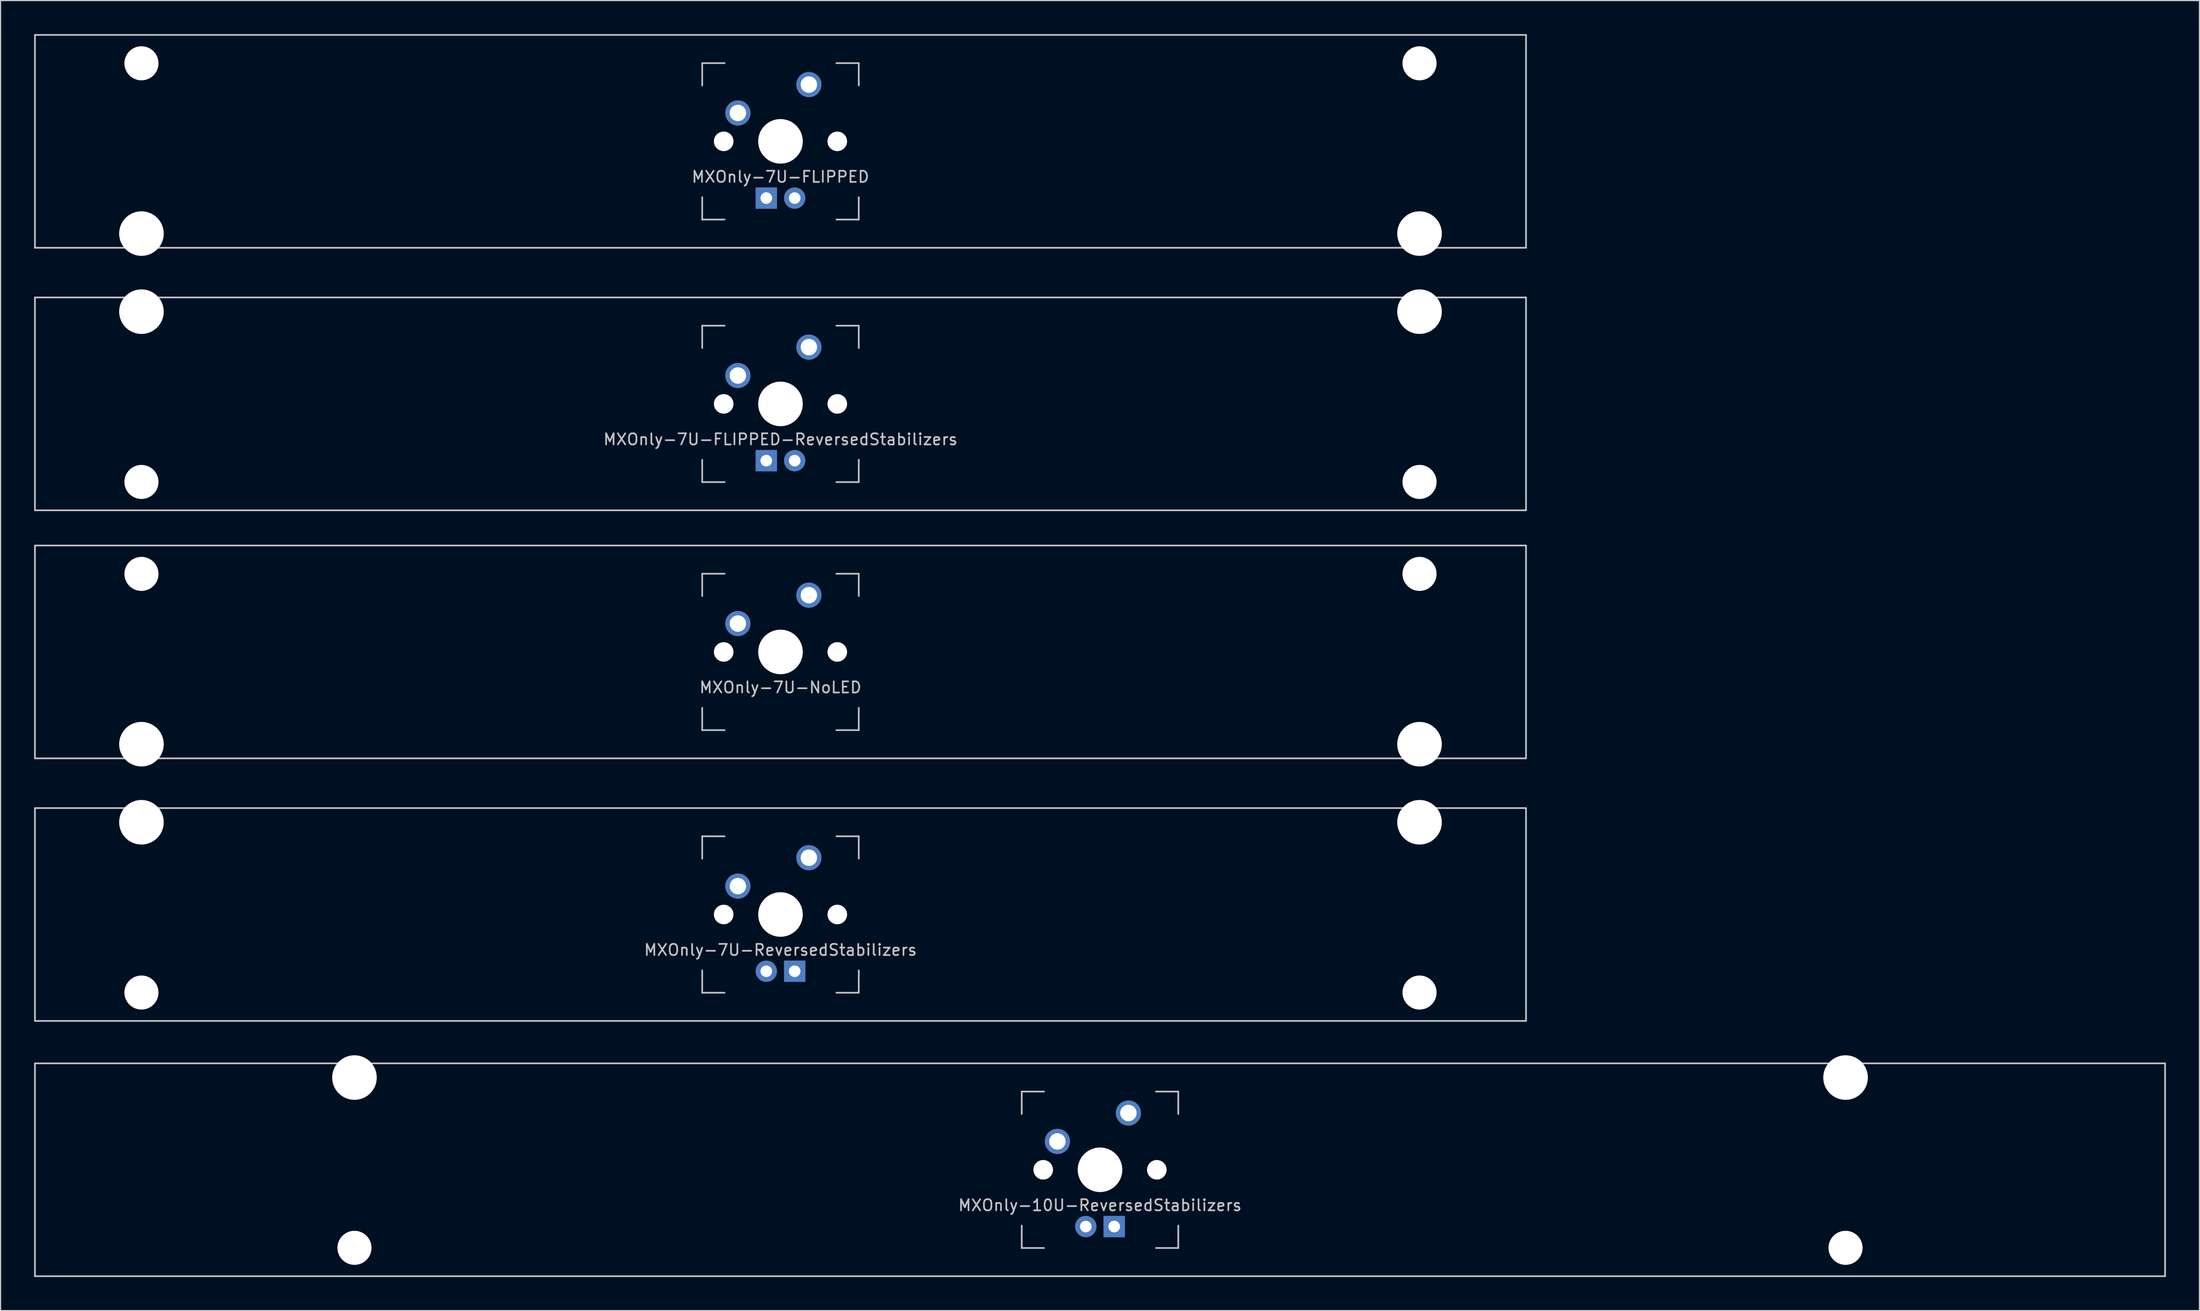
<source format=kicad_pcb>
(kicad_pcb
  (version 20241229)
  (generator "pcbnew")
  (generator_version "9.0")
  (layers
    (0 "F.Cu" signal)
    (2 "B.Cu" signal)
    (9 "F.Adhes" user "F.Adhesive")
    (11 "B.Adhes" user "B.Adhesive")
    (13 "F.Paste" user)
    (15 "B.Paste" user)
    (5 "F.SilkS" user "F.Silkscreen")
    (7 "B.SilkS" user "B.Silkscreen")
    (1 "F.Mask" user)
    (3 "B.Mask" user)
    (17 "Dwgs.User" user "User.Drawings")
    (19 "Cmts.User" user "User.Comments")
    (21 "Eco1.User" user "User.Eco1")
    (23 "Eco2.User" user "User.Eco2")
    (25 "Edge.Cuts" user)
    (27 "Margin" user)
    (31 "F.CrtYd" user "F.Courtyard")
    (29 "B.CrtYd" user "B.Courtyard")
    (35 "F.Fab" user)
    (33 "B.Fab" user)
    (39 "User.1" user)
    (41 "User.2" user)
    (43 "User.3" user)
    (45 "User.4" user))
  (footprint "MXOnly-7U-NoLED"
    (layer "F.Cu")
    (at 66.75 55.298)
    (property "Reference" "MXOnly-7U-NoLED" (at 0 3.175 0) (layer "Dwgs.User") (effects (font (size 1 1) (thickness 0.15))))
    (attr through_hole)
    (fp_line (start -66.675 -9.525) (end 66.675 -9.525) (stroke (width 0.15) (type solid)) (layer "Dwgs.User"))
    (fp_line (start -66.675 9.525) (end -66.675 -9.525) (stroke (width 0.15) (type solid)) (layer "Dwgs.User"))
    (fp_line (start -66.675 9.525) (end 66.675 9.525) (stroke (width 0.15) (type solid)) (layer "Dwgs.User"))
    (fp_line (start -7 -7) (end -7 -5) (stroke (width 0.15) (type solid)) (layer "Dwgs.User"))
    (fp_line (start -7 5) (end -7 7) (stroke (width 0.15) (type solid)) (layer "Dwgs.User"))
    (fp_line (start -7 7) (end -5 7) (stroke (width 0.15) (type solid)) (layer "Dwgs.User"))
    (fp_line (start -5 -7) (end -7 -7) (stroke (width 0.15) (type solid)) (layer "Dwgs.User"))
    (fp_line (start 5 -7) (end 7 -7) (stroke (width 0.15) (type solid)) (layer "Dwgs.User"))
    (fp_line (start 5 7) (end 7 7) (stroke (width 0.15) (type solid)) (layer "Dwgs.User"))
    (fp_line (start 7 -7) (end 7 -5) (stroke (width 0.15) (type solid)) (layer "Dwgs.User"))
    (fp_line (start 7 7) (end 7 5) (stroke (width 0.15) (type solid)) (layer "Dwgs.User"))
    (fp_line (start 66.675 -9.525) (end 66.675 9.525) (stroke (width 0.15) (type solid)) (layer "Dwgs.User"))
    (pad "" np_thru_hole circle (at -57.15 -6.985) (size 3.048 3.048) (drill 3.048) (layers "*.Cu" "*.Mask"))
    (pad "" np_thru_hole circle (at -57.15 8.255) (size 3.988 3.988) (drill 3.988) (layers "*.Cu" "*.Mask"))
    (pad "" np_thru_hole circle (at -5.08 0 48.1) (size 1.75 1.75) (drill 1.75) (layers "*.Cu" "*.Mask"))
    (pad "" np_thru_hole circle (at 0 0) (size 3.988 3.988) (drill 3.988) (layers "*.Cu" "*.Mask"))
    (pad "" np_thru_hole circle (at 5.08 0 48.1) (size 1.75 1.75) (drill 1.75) (layers "*.Cu" "*.Mask"))
    (pad "" np_thru_hole circle (at 57.15 -6.985) (size 3.048 3.048) (drill 3.048) (layers "*.Cu" "*.Mask"))
    (pad "" np_thru_hole circle (at 57.15 8.255) (size 3.988 3.988) (drill 3.988) (layers "*.Cu" "*.Mask"))
    (pad "1" thru_hole circle (at -3.81 -2.54) (size 2.25 2.25) (drill 1.47) (layers "*.Cu" "*.Mask"))
    (pad "2" thru_hole circle (at 2.54 -5.08) (size 2.25 2.25) (drill 1.47) (layers "*.Cu" "*.Mask")))
  (footprint "MXOnly-7U-FLIPPED"
    (layer "F.Cu")
    (at 66.75 9.6)
    (property "Reference" "MXOnly-7U-FLIPPED" (at 0 3.175 0) (layer "Dwgs.User") (effects (font (size 1 1) (thickness 0.15))))
    (attr through_hole)
    (fp_line (start -66.675 -9.525) (end 66.675 -9.525) (stroke (width 0.15) (type solid)) (layer "Dwgs.User"))
    (fp_line (start -66.675 9.525) (end -66.675 -9.525) (stroke (width 0.15) (type solid)) (layer "Dwgs.User"))
    (fp_line (start -66.675 9.525) (end 66.675 9.525) (stroke (width 0.15) (type solid)) (layer "Dwgs.User"))
    (fp_line (start -7 -7) (end -7 -5) (stroke (width 0.15) (type solid)) (layer "Dwgs.User"))
    (fp_line (start -7 5) (end -7 7) (stroke (width 0.15) (type solid)) (layer "Dwgs.User"))
    (fp_line (start -7 7) (end -5 7) (stroke (width 0.15) (type solid)) (layer "Dwgs.User"))
    (fp_line (start -5 -7) (end -7 -7) (stroke (width 0.15) (type solid)) (layer "Dwgs.User"))
    (fp_line (start 5 -7) (end 7 -7) (stroke (width 0.15) (type solid)) (layer "Dwgs.User"))
    (fp_line (start 5 7) (end 7 7) (stroke (width 0.15) (type solid)) (layer "Dwgs.User"))
    (fp_line (start 7 -7) (end 7 -5) (stroke (width 0.15) (type solid)) (layer "Dwgs.User"))
    (fp_line (start 7 7) (end 7 5) (stroke (width 0.15) (type solid)) (layer "Dwgs.User"))
    (fp_line (start 66.675 -9.525) (end 66.675 9.525) (stroke (width 0.15) (type solid)) (layer "Dwgs.User"))
    (pad "" np_thru_hole circle (at -57.15 -6.985) (size 3.048 3.048) (drill 3.048) (layers "*.Cu" "*.Mask"))
    (pad "" np_thru_hole circle (at -57.15 8.255) (size 3.988 3.988) (drill 3.988) (layers "*.Cu" "*.Mask"))
    (pad "" np_thru_hole circle (at -5.08 0 48.1) (size 1.75 1.75) (drill 1.75) (layers "*.Cu" "*.Mask"))
    (pad "" np_thru_hole circle (at 0 0) (size 3.988 3.988) (drill 3.988) (layers "*.Cu" "*.Mask"))
    (pad "" np_thru_hole circle (at 5.08 0 48.1) (size 1.75 1.75) (drill 1.75) (layers "*.Cu" "*.Mask"))
    (pad "" np_thru_hole circle (at 57.15 -6.985) (size 3.048 3.048) (drill 3.048) (layers "*.Cu" "*.Mask"))
    (pad "" np_thru_hole circle (at 57.15 8.255) (size 3.988 3.988) (drill 3.988) (layers "*.Cu" "*.Mask"))
    (pad "1" thru_hole circle (at -3.81 -2.54) (size 2.25 2.25) (drill 1.47) (layers "*.Cu" "*.Mask"))
    (pad "2" thru_hole circle (at 2.54 -5.08) (size 2.25 2.25) (drill 1.47) (layers "*.Cu" "*.Mask"))
    (pad "3" thru_hole circle (at 1.27 5.08) (size 1.905 1.905) (drill 1.04) (layers "*.Cu" "*.Mask"))
    (pad "4" thru_hole rect (at -1.27 5.08) (size 1.905 1.905) (drill 1.04) (layers "*.Cu" "*.Mask")))
  (footprint "MXOnly-10U-ReversedStabilizers"
    (layer "F.Cu")
    (at 95.325 101.644)
    (property "Reference" "MXOnly-10U-ReversedStabilizers" (at 0 3.175 0) (layer "Dwgs.User") (effects (font (size 1 1) (thickness 0.15))))
    (attr through_hole)
    (fp_line (start -95.25 -9.525) (end 95.25 -9.525) (stroke (width 0.15) (type solid)) (layer "Dwgs.User"))
    (fp_line (start -95.25 9.525) (end -95.25 -9.525) (stroke (width 0.15) (type solid)) (layer "Dwgs.User"))
    (fp_line (start -95.25 9.525) (end 95.25 9.525) (stroke (width 0.15) (type solid)) (layer "Dwgs.User"))
    (fp_line (start -7 -7) (end -7 -5) (stroke (width 0.15) (type solid)) (layer "Dwgs.User"))
    (fp_line (start -7 5) (end -7 7) (stroke (width 0.15) (type solid)) (layer "Dwgs.User"))
    (fp_line (start -7 7) (end -5 7) (stroke (width 0.15) (type solid)) (layer "Dwgs.User"))
    (fp_line (start -5 -7) (end -7 -7) (stroke (width 0.15) (type solid)) (layer "Dwgs.User"))
    (fp_line (start 5 -7) (end 7 -7) (stroke (width 0.15) (type solid)) (layer "Dwgs.User"))
    (fp_line (start 5 7) (end 7 7) (stroke (width 0.15) (type solid)) (layer "Dwgs.User"))
    (fp_line (start 7 -7) (end 7 -5) (stroke (width 0.15) (type solid)) (layer "Dwgs.User"))
    (fp_line (start 7 7) (end 7 5) (stroke (width 0.15) (type solid)) (layer "Dwgs.User"))
    (fp_line (start 95.25 -9.525) (end 95.25 9.525) (stroke (width 0.15) (type solid)) (layer "Dwgs.User"))
    (pad "" np_thru_hole circle (at -66.675 -8.255) (size 3.988 3.988) (drill 3.988) (layers "*.Cu" "*.Mask"))
    (pad "" np_thru_hole circle (at -66.675 6.985) (size 3.048 3.048) (drill 3.048) (layers "*.Cu" "*.Mask"))
    (pad "" np_thru_hole circle (at -5.08 0 48.1) (size 1.75 1.75) (drill 1.75) (layers "*.Cu" "*.Mask"))
    (pad "" np_thru_hole circle (at 0 0) (size 3.988 3.988) (drill 3.988) (layers "*.Cu" "*.Mask"))
    (pad "" np_thru_hole circle (at 5.08 0 48.1) (size 1.75 1.75) (drill 1.75) (layers "*.Cu" "*.Mask"))
    (pad "" np_thru_hole circle (at 66.675 -8.255) (size 3.988 3.988) (drill 3.988) (layers "*.Cu" "*.Mask"))
    (pad "" np_thru_hole circle (at 66.675 6.985) (size 3.048 3.048) (drill 3.048) (layers "*.Cu" "*.Mask"))
    (pad "1" thru_hole circle (at -3.81 -2.54 48.1) (size 2.25 2.25) (drill 1.47) (layers "*.Cu" "B.Mask"))
    (pad "2" thru_hole circle (at 2.54 -5.08) (size 2.25 2.25) (drill 1.47) (layers "*.Cu" "B.Mask"))
    (pad "3" thru_hole circle (at -1.27 5.08) (size 1.905 1.905) (drill 1.04) (layers "*.Cu" "B.Mask"))
    (pad "4" thru_hole rect (at 1.27 5.08) (size 1.905 1.905) (drill 1.04) (layers "*.Cu" "B.Mask")))
  (footprint "MXOnly-7U-ReversedStabilizers"
    (layer "F.Cu")
    (at 66.75 78.796)
    (property "Reference" "MXOnly-7U-ReversedStabilizers" (at 0 3.175 0) (layer "Dwgs.User") (effects (font (size 1 1) (thickness 0.15))))
    (attr through_hole)
    (fp_line (start -66.675 -9.525) (end 66.675 -9.525) (stroke (width 0.15) (type solid)) (layer "Dwgs.User"))
    (fp_line (start -66.675 9.525) (end -66.675 -9.525) (stroke (width 0.15) (type solid)) (layer "Dwgs.User"))
    (fp_line (start -66.675 9.525) (end 66.675 9.525) (stroke (width 0.15) (type solid)) (layer "Dwgs.User"))
    (fp_line (start -7 -7) (end -7 -5) (stroke (width 0.15) (type solid)) (layer "Dwgs.User"))
    (fp_line (start -7 5) (end -7 7) (stroke (width 0.15) (type solid)) (layer "Dwgs.User"))
    (fp_line (start -7 7) (end -5 7) (stroke (width 0.15) (type solid)) (layer "Dwgs.User"))
    (fp_line (start -5 -7) (end -7 -7) (stroke (width 0.15) (type solid)) (layer "Dwgs.User"))
    (fp_line (start 5 -7) (end 7 -7) (stroke (width 0.15) (type solid)) (layer "Dwgs.User"))
    (fp_line (start 5 7) (end 7 7) (stroke (width 0.15) (type solid)) (layer "Dwgs.User"))
    (fp_line (start 7 -7) (end 7 -5) (stroke (width 0.15) (type solid)) (layer "Dwgs.User"))
    (fp_line (start 7 7) (end 7 5) (stroke (width 0.15) (type solid)) (layer "Dwgs.User"))
    (fp_line (start 66.675 -9.525) (end 66.675 9.525) (stroke (width 0.15) (type solid)) (layer "Dwgs.User"))
    (pad "" np_thru_hole circle (at -57.15 -8.255) (size 3.988 3.988) (drill 3.988) (layers "*.Cu" "*.Mask"))
    (pad "" np_thru_hole circle (at -57.15 6.985) (size 3.048 3.048) (drill 3.048) (layers "*.Cu" "*.Mask"))
    (pad "" np_thru_hole circle (at -5.08 0 48.1) (size 1.75 1.75) (drill 1.75) (layers "*.Cu" "*.Mask"))
    (pad "" np_thru_hole circle (at 0 0) (size 3.988 3.988) (drill 3.988) (layers "*.Cu" "*.Mask"))
    (pad "" np_thru_hole circle (at 5.08 0 48.1) (size 1.75 1.75) (drill 1.75) (layers "*.Cu" "*.Mask"))
    (pad "" np_thru_hole circle (at 57.15 -8.255) (size 3.988 3.988) (drill 3.988) (layers "*.Cu" "*.Mask"))
    (pad "" np_thru_hole circle (at 57.15 6.985) (size 3.048 3.048) (drill 3.048) (layers "*.Cu" "*.Mask"))
    (pad "1" thru_hole circle (at -3.81 -2.54) (size 2.25 2.25) (drill 1.47) (layers "*.Cu" "B.Mask"))
    (pad "2" thru_hole circle (at 2.54 -5.08) (size 2.25 2.25) (drill 1.47) (layers "*.Cu" "B.Mask"))
    (pad "3" thru_hole circle (at -1.27 5.08) (size 1.905 1.905) (drill 1.04) (layers "*.Cu" "B.Mask"))
    (pad "4" thru_hole rect (at 1.27 5.08) (size 1.905 1.905) (drill 1.04) (layers "*.Cu" "B.Mask")))
  (footprint "MXOnly-7U-FLIPPED-ReversedStabilizers"
    (layer "F.Cu")
    (at 66.75 33.098)
    (property "Reference" "MXOnly-7U-FLIPPED-ReversedStabilizers" (at 0 3.175 0) (layer "Dwgs.User") (effects (font (size 1 1) (thickness 0.15))))
    (attr through_hole)
    (fp_line (start -66.675 -9.525) (end 66.675 -9.525) (stroke (width 0.15) (type solid)) (layer "Dwgs.User"))
    (fp_line (start -66.675 9.525) (end -66.675 -9.525) (stroke (width 0.15) (type solid)) (layer "Dwgs.User"))
    (fp_line (start -66.675 9.525) (end 66.675 9.525) (stroke (width 0.15) (type solid)) (layer "Dwgs.User"))
    (fp_line (start -7 -7) (end -7 -5) (stroke (width 0.15) (type solid)) (layer "Dwgs.User"))
    (fp_line (start -7 5) (end -7 7) (stroke (width 0.15) (type solid)) (layer "Dwgs.User"))
    (fp_line (start -7 7) (end -5 7) (stroke (width 0.15) (type solid)) (layer "Dwgs.User"))
    (fp_line (start -5 -7) (end -7 -7) (stroke (width 0.15) (type solid)) (layer "Dwgs.User"))
    (fp_line (start 5 -7) (end 7 -7) (stroke (width 0.15) (type solid)) (layer "Dwgs.User"))
    (fp_line (start 5 7) (end 7 7) (stroke (width 0.15) (type solid)) (layer "Dwgs.User"))
    (fp_line (start 7 -7) (end 7 -5) (stroke (width 0.15) (type solid)) (layer "Dwgs.User"))
    (fp_line (start 7 7) (end 7 5) (stroke (width 0.15) (type solid)) (layer "Dwgs.User"))
    (fp_line (start 66.675 -9.525) (end 66.675 9.525) (stroke (width 0.15) (type solid)) (layer "Dwgs.User"))
    (pad "" np_thru_hole circle (at -57.15 -8.255) (size 3.988 3.988) (drill 3.988) (layers "*.Cu" "*.Mask"))
    (pad "" np_thru_hole circle (at -57.15 6.985) (size 3.048 3.048) (drill 3.048) (layers "*.Cu" "*.Mask"))
    (pad "" np_thru_hole circle (at -5.08 0 48.1) (size 1.75 1.75) (drill 1.75) (layers "*.Cu" "*.Mask"))
    (pad "" np_thru_hole circle (at 0 0) (size 3.988 3.988) (drill 3.988) (layers "*.Cu" "*.Mask"))
    (pad "" np_thru_hole circle (at 5.08 0 48.1) (size 1.75 1.75) (drill 1.75) (layers "*.Cu" "*.Mask"))
    (pad "" np_thru_hole circle (at 57.15 -8.255) (size 3.988 3.988) (drill 3.988) (layers "*.Cu" "*.Mask"))
    (pad "" np_thru_hole circle (at 57.15 6.985) (size 3.048 3.048) (drill 3.048) (layers "*.Cu" "*.Mask"))
    (pad "1" thru_hole circle (at -3.81 -2.54) (size 2.25 2.25) (drill 1.47) (layers "*.Cu" "*.Mask"))
    (pad "2" thru_hole circle (at 2.54 -5.08) (size 2.25 2.25) (drill 1.47) (layers "*.Cu" "*.Mask"))
    (pad "3" thru_hole circle (at 1.27 5.08) (size 1.905 1.905) (drill 1.04) (layers "*.Cu" "*.Mask"))
    (pad "4" thru_hole rect (at -1.27 5.08) (size 1.905 1.905) (drill 1.04) (layers "*.Cu" "*.Mask")))
  (gr_rect
    (start -3 -3)
    (end 193.65 114.245)
    (stroke (width 0.1) (type default))
    (fill no)
    (layer "Edge.Cuts")))
</source>
